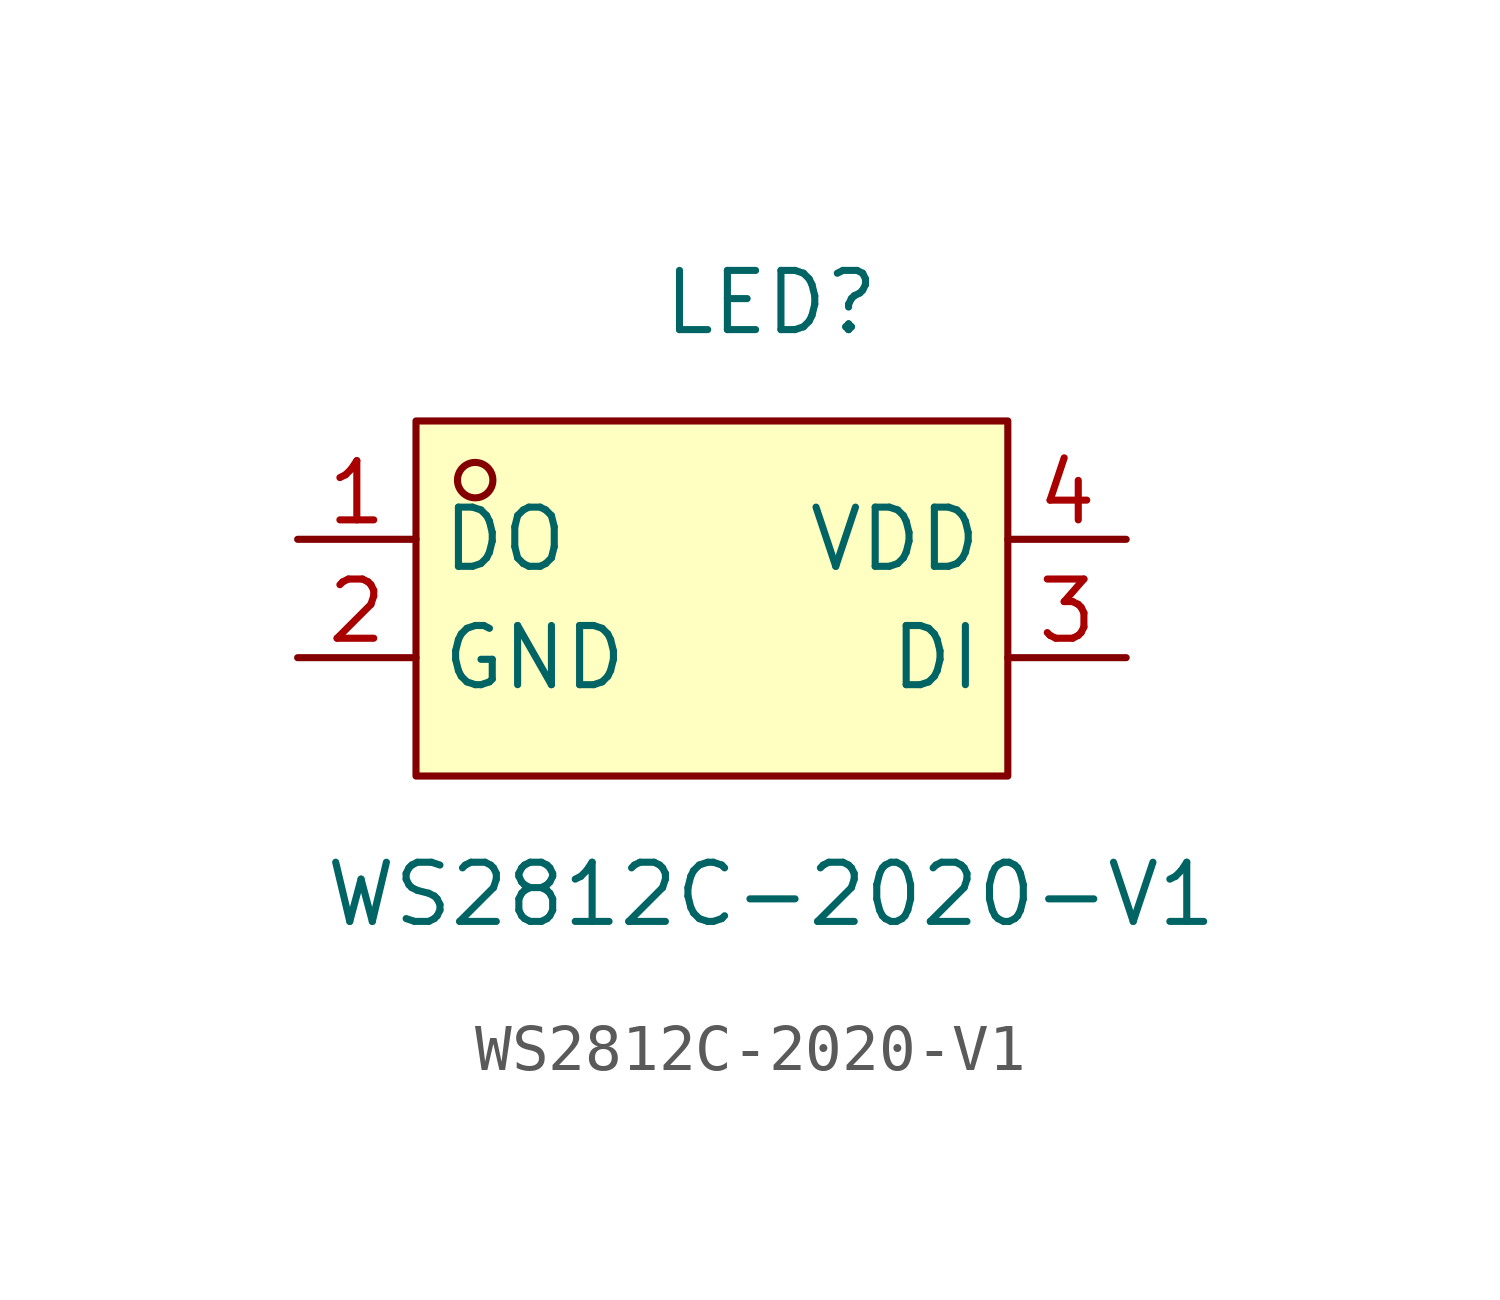
<source format=kicad_sym>
(kicad_symbol_lib
  (version 20211014)
  (generator https://github.com/uPesy/easyeda2kicad.py)
  (symbol "WS2812C-2020-V1"
    (property "Reference" "LED"
      (at 0 7.62 0)
      (effects (font (size 1.27 1.27))))
    (property "Value" "WS2812C-2020-V1"
      (at 0 -5.08 0)
      (effects (font (size 1.27 1.27))))
    (symbol "WS2812C-2020-V1_0_1"
      (rectangle (start -7.62 5.08) (end 5.08 -2.54) (stroke (width 0) (type default) (color 0 0 0 0)) (fill (type background)))
      (circle (center -6.35 3.81) (radius 0.38) (stroke (width 0) (type default) (color 0 0 0 0)) (fill (type none)))
      (pin unspecified line (at 7.62 2.54 180) (length 2.54) (name "VDD" (effects (font (size 1.27 1.27)))) (number "4" (effects (font (size 1.27 1.27)))))
      (pin unspecified line (at 7.62 -0.00 180) (length 2.54) (name "DI" (effects (font (size 1.27 1.27)))) (number "3" (effects (font (size 1.27 1.27)))))
      (pin unspecified line (at -10.16 -0.00 0) (length 2.54) (name "GND" (effects (font (size 1.27 1.27)))) (number "2" (effects (font (size 1.27 1.27)))))
      (pin unspecified line (at -10.16 2.54 0) (length 2.54) (name "DO" (effects (font (size 1.27 1.27)))) (number "1" (effects (font (size 1.27 1.27))))))))
</source>
